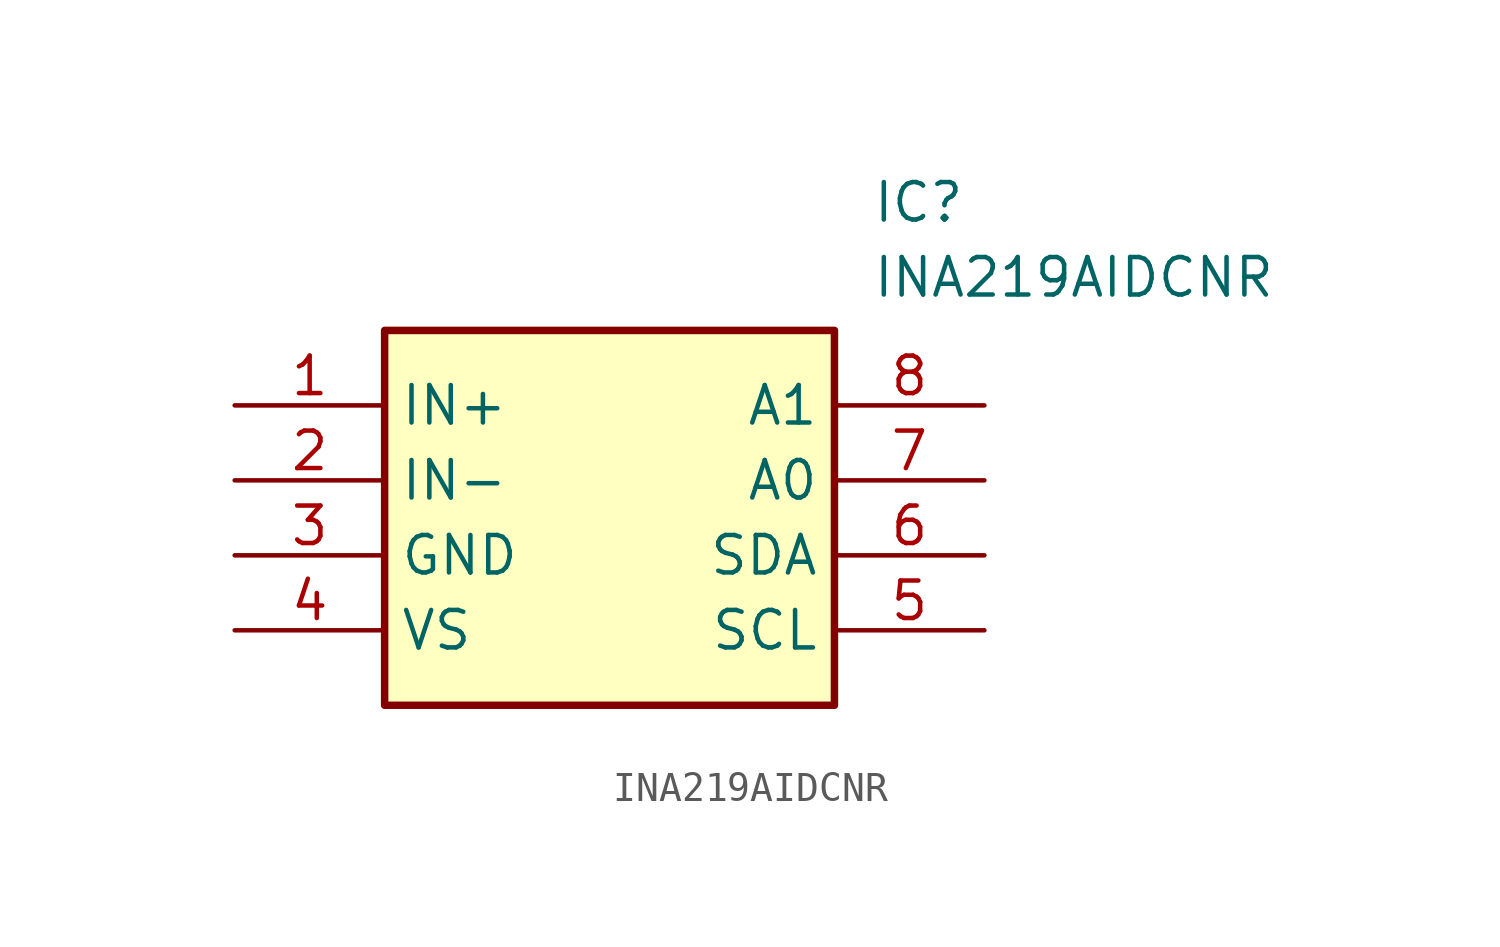
<source format=kicad_sym>
(kicad_symbol_lib
  (version 20211014)
  (generator SamacSys_ECAD_Model)
  (symbol "INA219AIDCNR"
    (property "Reference" "IC"
      (at 21.59 7.62 0)
      (effects (font (size 1.27 1.27)) (justify left top)))
    (property "Value" "INA219AIDCNR"
      (at 21.59 5.08 0)
      (effects (font (size 1.27 1.27)) (justify left top)))
    (rectangle
      (start 5.08 2.54)
      (end 20.32 -10.16)
      (stroke (width 0.254) (type default))
      (fill (type background)))
    (pin passive line
      (at 0 0 0)
      (length 5.08)
      (name "IN+" (effects (font (size 1.27 1.27))))
      (number "1" (effects (font (size 1.27 1.27)))))
    (pin passive line
      (at 0 -2.54 0)
      (length 5.08)
      (name "IN-" (effects (font (size 1.27 1.27))))
      (number "2" (effects (font (size 1.27 1.27)))))
    (pin passive line
      (at 0 -5.08 0)
      (length 5.08)
      (name "GND" (effects (font (size 1.27 1.27))))
      (number "3" (effects (font (size 1.27 1.27)))))
    (pin passive line
      (at 0 -7.62 0)
      (length 5.08)
      (name "VS" (effects (font (size 1.27 1.27))))
      (number "4" (effects (font (size 1.27 1.27)))))
    (pin passive line
      (at 25.4 0 180)
      (length 5.08)
      (name "A1" (effects (font (size 1.27 1.27))))
      (number "8" (effects (font (size 1.27 1.27)))))
    (pin passive line
      (at 25.4 -2.54 180)
      (length 5.08)
      (name "A0" (effects (font (size 1.27 1.27))))
      (number "7" (effects (font (size 1.27 1.27)))))
    (pin passive line
      (at 25.4 -5.08 180)
      (length 5.08)
      (name "SDA" (effects (font (size 1.27 1.27))))
      (number "6" (effects (font (size 1.27 1.27)))))
    (pin passive line
      (at 25.4 -7.62 180)
      (length 5.08)
      (name "SCL" (effects (font (size 1.27 1.27))))
      (number "5" (effects (font (size 1.27 1.27)))))))
</source>
